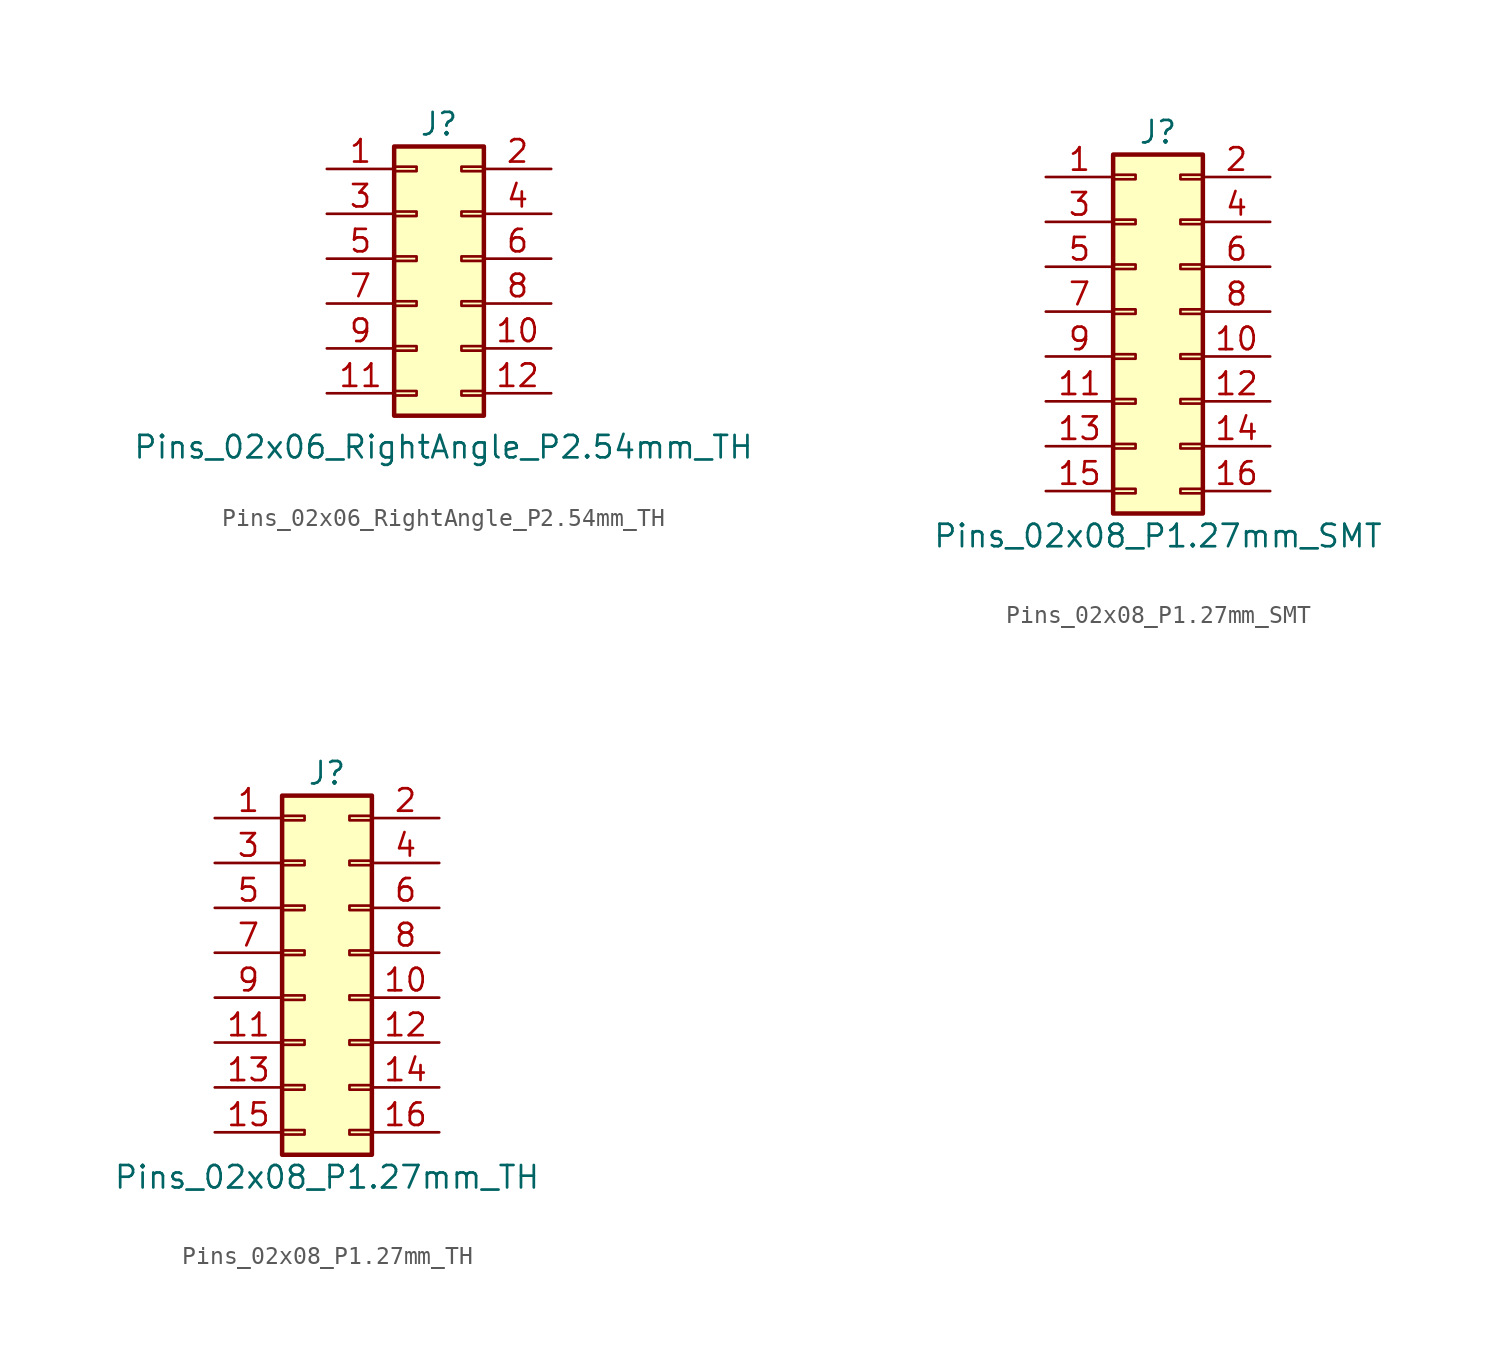
<source format=kicad_sym>
(kicad_symbol_lib
  (version 20241209)
  (generator "kicad_symbol_editor")
  (generator_version "9.0")
  (symbol "Pins_02x06_RightAngle_P2.54mm_TH"
    (pin_names
      (offset 1.016)
      (hide yes))
    (property "Reference" "J"
      (at 0 8.89 0)
      (effects (font (size 1.27 1.27))))
    (property "Value" "Pins_02x06_RightAngle_P2.54mm_TH"
      (at 0.254 -9.398 0)
      (effects (font (size 1.27 1.27))))
    (symbol "Pins_02x06_RightAngle_P2.54mm_TH_1_1"
      (rectangle (start -2.54 7.62) (end 2.54 -7.62) (stroke (width 0.254) (type default)) (fill (type background)))
      (rectangle (start -2.54 6.477) (end -1.27 6.223) (stroke (width 0.152) (type default)) (fill (type none)))
      (rectangle (start -2.54 3.937) (end -1.27 3.683) (stroke (width 0.152) (type default)) (fill (type none)))
      (rectangle (start -2.54 1.397) (end -1.27 1.143) (stroke (width 0.152) (type default)) (fill (type none)))
      (rectangle (start -2.54 -1.143) (end -1.27 -1.397) (stroke (width 0.152) (type default)) (fill (type none)))
      (rectangle (start -2.54 -3.683) (end -1.27 -3.937) (stroke (width 0.152) (type default)) (fill (type none)))
      (rectangle (start -2.54 -6.223) (end -1.27 -6.477) (stroke (width 0.152) (type default)) (fill (type none)))
      (rectangle (start 2.54 6.477) (end 1.27 6.223) (stroke (width 0.152) (type default)) (fill (type none)))
      (rectangle (start 2.54 3.937) (end 1.27 3.683) (stroke (width 0.152) (type default)) (fill (type none)))
      (rectangle (start 2.54 1.397) (end 1.27 1.143) (stroke (width 0.152) (type default)) (fill (type none)))
      (rectangle (start 2.54 -1.143) (end 1.27 -1.397) (stroke (width 0.152) (type default)) (fill (type none)))
      (rectangle (start 2.54 -3.683) (end 1.27 -3.937) (stroke (width 0.152) (type default)) (fill (type none)))
      (rectangle (start 2.54 -6.223) (end 1.27 -6.477) (stroke (width 0.152) (type default)) (fill (type none)))
      (pin passive line (at -6.35 6.35 0) (length 3.81) (name "Pin_1" (effects (font (size 1.27 1.27)))) (number "1" (effects (font (size 1.27 1.27)))))
      (pin passive line (at -6.35 3.81 0) (length 3.81) (name "Pin_3" (effects (font (size 1.27 1.27)))) (number "3" (effects (font (size 1.27 1.27)))))
      (pin passive line (at -6.35 1.27 0) (length 3.81) (name "Pin_5" (effects (font (size 1.27 1.27)))) (number "5" (effects (font (size 1.27 1.27)))))
      (pin passive line (at -6.35 -1.27 0) (length 3.81) (name "Pin_1" (effects (font (size 1.27 1.27)))) (number "7" (effects (font (size 1.27 1.27)))))
      (pin passive line (at -6.35 -3.81 0) (length 3.81) (name "Pin_3" (effects (font (size 1.27 1.27)))) (number "9" (effects (font (size 1.27 1.27)))))
      (pin passive line (at -6.35 -6.35 0) (length 3.81) (name "Pin_5" (effects (font (size 1.27 1.27)))) (number "11" (effects (font (size 1.27 1.27)))))
      (pin passive line (at 6.35 6.35 180) (length 3.81) (name "Pin_2" (effects (font (size 1.27 1.27)))) (number "2" (effects (font (size 1.27 1.27)))))
      (pin passive line (at 6.35 3.81 180) (length 3.81) (name "Pin_4" (effects (font (size 1.27 1.27)))) (number "4" (effects (font (size 1.27 1.27)))))
      (pin passive line (at 6.35 1.27 180) (length 3.81) (name "Pin_6" (effects (font (size 1.27 1.27)))) (number "6" (effects (font (size 1.27 1.27)))))
      (pin passive line (at 6.35 -1.27 180) (length 3.81) (name "Pin_2" (effects (font (size 1.27 1.27)))) (number "8" (effects (font (size 1.27 1.27)))))
      (pin passive line (at 6.35 -3.81 180) (length 3.81) (name "Pin_4" (effects (font (size 1.27 1.27)))) (number "10" (effects (font (size 1.27 1.27)))))
      (pin passive line (at 6.35 -6.35 180) (length 3.81) (name "Pin_6" (effects (font (size 1.27 1.27)))) (number "12" (effects (font (size 1.27 1.27)))))))
  (symbol "Pins_02x08_P1.27mm_SMT"
    (pin_names
      (offset 1.016)
      (hide yes))
    (property "Reference" "J"
      (at 0 11.43 0)
      (effects (font (size 1.27 1.27))))
    (property "Value" "Pins_02x08_P1.27mm_SMT"
      (at 0 -11.43 0)
      (effects (font (size 1.27 1.27))))
    (symbol "Pins_02x08_P1.27mm_SMT_1_1"
      (rectangle (start -2.54 10.16) (end 2.54 -10.16) (stroke (width 0.254) (type default)) (fill (type background)))
      (rectangle (start -2.54 9.017) (end -1.27 8.763) (stroke (width 0) (type default)) (fill (type none)))
      (rectangle (start -2.54 6.477) (end -1.27 6.223) (stroke (width 0) (type default)) (fill (type none)))
      (rectangle (start -2.54 3.937) (end -1.27 3.683) (stroke (width 0) (type default)) (fill (type none)))
      (rectangle (start -2.54 1.397) (end -1.27 1.143) (stroke (width 0) (type default)) (fill (type none)))
      (rectangle (start -2.54 -1.143) (end -1.27 -1.397) (stroke (width 0) (type default)) (fill (type none)))
      (rectangle (start -2.54 -3.683) (end -1.27 -3.937) (stroke (width 0) (type default)) (fill (type none)))
      (rectangle (start -2.54 -6.223) (end -1.27 -6.477) (stroke (width 0) (type default)) (fill (type none)))
      (rectangle (start -2.54 -8.763) (end -1.27 -9.017) (stroke (width 0) (type default)) (fill (type none)))
      (rectangle (start 1.27 9.017) (end 2.54 8.763) (stroke (width 0) (type default)) (fill (type none)))
      (rectangle (start 1.27 6.477) (end 2.54 6.223) (stroke (width 0) (type default)) (fill (type none)))
      (rectangle (start 1.27 3.937) (end 2.54 3.683) (stroke (width 0) (type default)) (fill (type none)))
      (rectangle (start 1.27 1.397) (end 2.54 1.143) (stroke (width 0) (type default)) (fill (type none)))
      (rectangle (start 1.27 -1.143) (end 2.54 -1.397) (stroke (width 0) (type default)) (fill (type none)))
      (rectangle (start 1.27 -3.683) (end 2.54 -3.937) (stroke (width 0) (type default)) (fill (type none)))
      (rectangle (start 1.27 -6.223) (end 2.54 -6.477) (stroke (width 0) (type default)) (fill (type none)))
      (rectangle (start 1.27 -8.763) (end 2.54 -9.017) (stroke (width 0) (type default)) (fill (type none)))
      (pin passive line (at -6.35 8.89 0) (length 3.81) (name "P1" (effects (font (size 1.27 1.27)))) (number "1" (effects (font (size 1.27 1.27)))))
      (pin passive line (at -6.35 6.35 0) (length 3.81) (name "P3" (effects (font (size 1.27 1.27)))) (number "3" (effects (font (size 1.27 1.27)))))
      (pin passive line (at -6.35 3.81 0) (length 3.81) (name "+12V" (effects (font (size 1.27 1.27)))) (number "5" (effects (font (size 1.27 1.27)))))
      (pin passive line (at -6.35 1.27 0) (length 3.81) (name "12V" (effects (font (size 1.27 1.27)))) (number "7" (effects (font (size 1.27 1.27)))))
      (pin passive line (at -6.35 -1.27 0) (length 3.81) (name "GND" (effects (font (size 1.27 1.27)))) (number "9" (effects (font (size 1.27 1.27)))))
      (pin passive line (at -6.35 -3.81 0) (length 3.81) (name "GND" (effects (font (size 1.27 1.27)))) (number "11" (effects (font (size 1.27 1.27)))))
      (pin passive line (at -6.35 -6.35 0) (length 3.81) (name "-12" (effects (font (size 1.27 1.27)))) (number "13" (effects (font (size 1.27 1.27)))))
      (pin passive line (at -6.35 -8.89 0) (length 3.81) (name "-12V" (effects (font (size 1.27 1.27)))) (number "15" (effects (font (size 1.27 1.27)))))
      (pin passive line (at 6.35 8.89 180) (length 3.81) (name "P2" (effects (font (size 1.27 1.27)))) (number "2" (effects (font (size 1.27 1.27)))))
      (pin passive line (at 6.35 6.35 180) (length 3.81) (name "P4" (effects (font (size 1.27 1.27)))) (number "4" (effects (font (size 1.27 1.27)))))
      (pin passive line (at 6.35 3.81 180) (length 3.81) (name "P6" (effects (font (size 1.27 1.27)))) (number "6" (effects (font (size 1.27 1.27)))))
      (pin passive line (at 6.35 1.27 180) (length 3.81) (name "+12V" (effects (font (size 1.27 1.27)))) (number "8" (effects (font (size 1.27 1.27)))))
      (pin passive line (at 6.35 -1.27 180) (length 3.81) (name "GND" (effects (font (size 1.27 1.27)))) (number "10" (effects (font (size 1.27 1.27)))))
      (pin passive line (at 6.35 -3.81 180) (length 3.81) (name "GND" (effects (font (size 1.27 1.27)))) (number "12" (effects (font (size 1.27 1.27)))))
      (pin passive line (at 6.35 -6.35 180) (length 3.81) (name "-12V" (effects (font (size 1.27 1.27)))) (number "14" (effects (font (size 1.27 1.27)))))
      (pin passive line (at 6.35 -8.89 180) (length 3.81) (name "P16" (effects (font (size 1.27 1.27)))) (number "16" (effects (font (size 1.27 1.27)))))))
  (symbol "Pins_02x08_P1.27mm_TH"
    (pin_names
      (offset 1.016)
      (hide yes))
    (property "Reference" "J"
      (at 0 11.43 0)
      (effects (font (size 1.27 1.27))))
    (property "Value" "Pins_02x08_P1.27mm_TH"
      (at 0 -11.43 0)
      (effects (font (size 1.27 1.27))))
    (symbol "Pins_02x08_P1.27mm_TH_1_1"
      (rectangle (start -2.54 10.16) (end 2.54 -10.16) (stroke (width 0.254) (type default)) (fill (type background)))
      (rectangle (start -2.54 9.017) (end -1.27 8.763) (stroke (width 0) (type default)) (fill (type none)))
      (rectangle (start -2.54 6.477) (end -1.27 6.223) (stroke (width 0) (type default)) (fill (type none)))
      (rectangle (start -2.54 3.937) (end -1.27 3.683) (stroke (width 0) (type default)) (fill (type none)))
      (rectangle (start -2.54 1.397) (end -1.27 1.143) (stroke (width 0) (type default)) (fill (type none)))
      (rectangle (start -2.54 -1.143) (end -1.27 -1.397) (stroke (width 0) (type default)) (fill (type none)))
      (rectangle (start -2.54 -3.683) (end -1.27 -3.937) (stroke (width 0) (type default)) (fill (type none)))
      (rectangle (start -2.54 -6.223) (end -1.27 -6.477) (stroke (width 0) (type default)) (fill (type none)))
      (rectangle (start -2.54 -8.763) (end -1.27 -9.017) (stroke (width 0) (type default)) (fill (type none)))
      (rectangle (start 1.27 9.017) (end 2.54 8.763) (stroke (width 0) (type default)) (fill (type none)))
      (rectangle (start 1.27 6.477) (end 2.54 6.223) (stroke (width 0) (type default)) (fill (type none)))
      (rectangle (start 1.27 3.937) (end 2.54 3.683) (stroke (width 0) (type default)) (fill (type none)))
      (rectangle (start 1.27 1.397) (end 2.54 1.143) (stroke (width 0) (type default)) (fill (type none)))
      (rectangle (start 1.27 -1.143) (end 2.54 -1.397) (stroke (width 0) (type default)) (fill (type none)))
      (rectangle (start 1.27 -3.683) (end 2.54 -3.937) (stroke (width 0) (type default)) (fill (type none)))
      (rectangle (start 1.27 -6.223) (end 2.54 -6.477) (stroke (width 0) (type default)) (fill (type none)))
      (rectangle (start 1.27 -8.763) (end 2.54 -9.017) (stroke (width 0) (type default)) (fill (type none)))
      (pin passive line (at -6.35 8.89 0) (length 3.81) (name "1" (effects (font (size 1.27 1.27)))) (number "1" (effects (font (size 1.27 1.27)))))
      (pin passive line (at -6.35 6.35 0) (length 3.81) (name "3" (effects (font (size 1.27 1.27)))) (number "3" (effects (font (size 1.27 1.27)))))
      (pin passive line (at -6.35 3.81 0) (length 3.81) (name "5" (effects (font (size 1.27 1.27)))) (number "5" (effects (font (size 1.27 1.27)))))
      (pin passive line (at -6.35 1.27 0) (length 3.81) (name "7" (effects (font (size 1.27 1.27)))) (number "7" (effects (font (size 1.27 1.27)))))
      (pin passive line (at -6.35 -1.27 0) (length 3.81) (name "9" (effects (font (size 1.27 1.27)))) (number "9" (effects (font (size 1.27 1.27)))))
      (pin passive line (at -6.35 -3.81 0) (length 3.81) (name "11" (effects (font (size 1.27 1.27)))) (number "11" (effects (font (size 1.27 1.27)))))
      (pin passive line (at -6.35 -6.35 0) (length 3.81) (name "13" (effects (font (size 1.27 1.27)))) (number "13" (effects (font (size 1.27 1.27)))))
      (pin passive line (at -6.35 -8.89 0) (length 3.81) (name "15" (effects (font (size 1.27 1.27)))) (number "15" (effects (font (size 1.27 1.27)))))
      (pin passive line (at 6.35 8.89 180) (length 3.81) (name "2" (effects (font (size 1.27 1.27)))) (number "2" (effects (font (size 1.27 1.27)))))
      (pin passive line (at 6.35 6.35 180) (length 3.81) (name "4" (effects (font (size 1.27 1.27)))) (number "4" (effects (font (size 1.27 1.27)))))
      (pin passive line (at 6.35 3.81 180) (length 3.81) (name "6" (effects (font (size 1.27 1.27)))) (number "6" (effects (font (size 1.27 1.27)))))
      (pin passive line (at 6.35 1.27 180) (length 3.81) (name "8" (effects (font (size 1.27 1.27)))) (number "8" (effects (font (size 1.27 1.27)))))
      (pin passive line (at 6.35 -1.27 180) (length 3.81) (name "10" (effects (font (size 1.27 1.27)))) (number "10" (effects (font (size 1.27 1.27)))))
      (pin passive line (at 6.35 -3.81 180) (length 3.81) (name "12" (effects (font (size 1.27 1.27)))) (number "12" (effects (font (size 1.27 1.27)))))
      (pin passive line (at 6.35 -6.35 180) (length 3.81) (name "14" (effects (font (size 1.27 1.27)))) (number "14" (effects (font (size 1.27 1.27)))))
      (pin passive line (at 6.35 -8.89 180) (length 3.81) (name "16" (effects (font (size 1.27 1.27)))) (number "16" (effects (font (size 1.27 1.27))))))))
</source>
